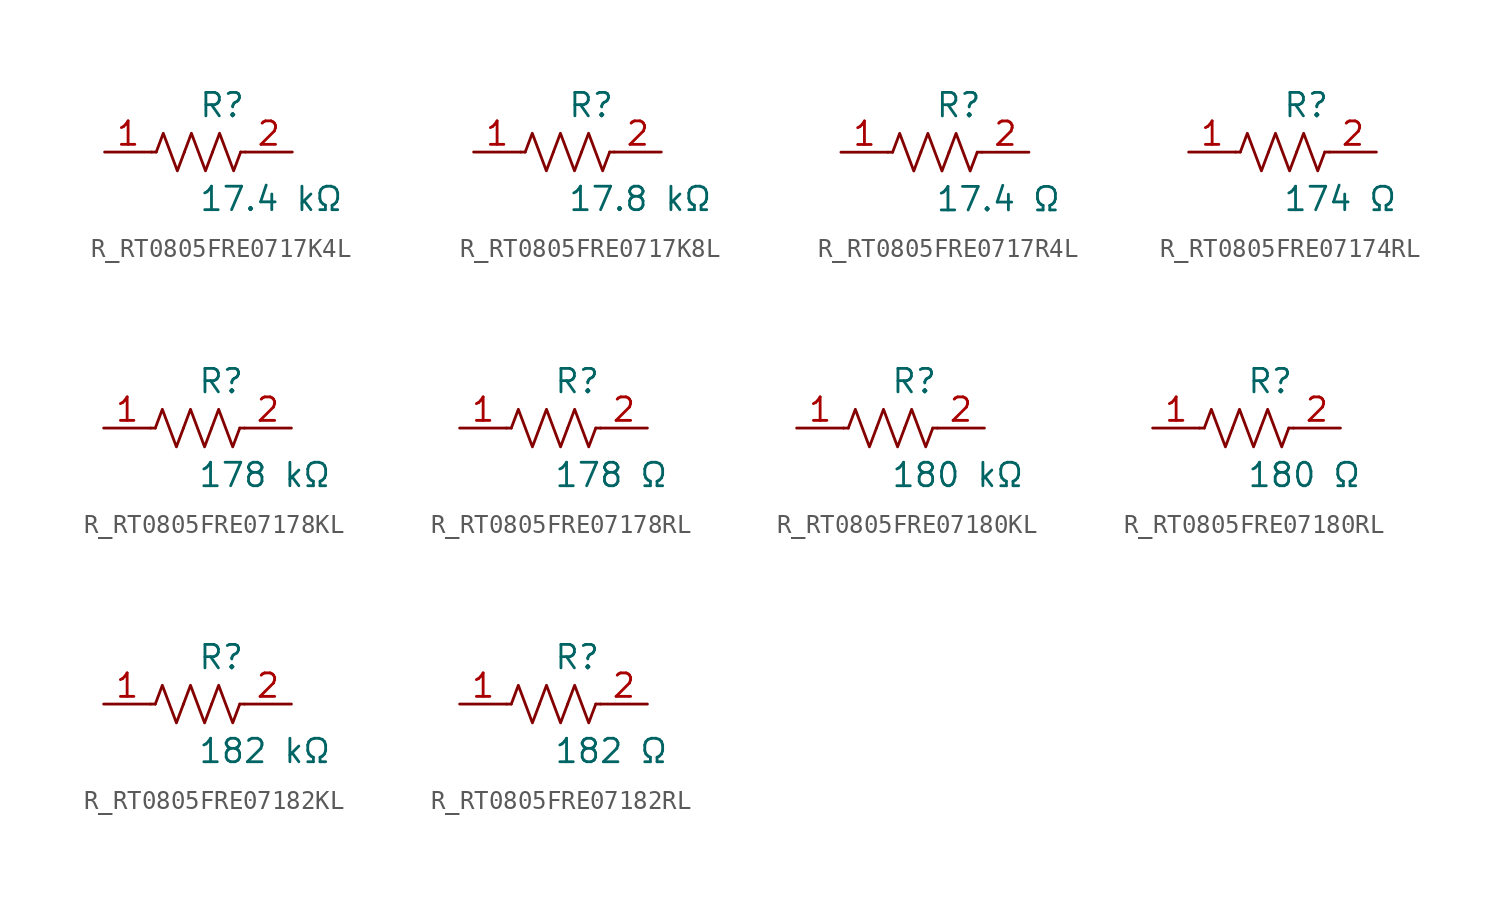
<source format=kicad_sym>
(kicad_symbol_lib
  (version 20231120)
  (generator kicad_symbol_editor)
  (generator_version 8.0)
  (symbol "R_RT0805FRE0717K4L"
    (pin_names
      (offset 0.254))
    (property "Reference" "R"
      (at 0 2.54 0)
      (effects (font (size 1.27 1.27)) (justify left)))
    (property "Value" "17.4 kΩ"
      (at 0 -2.54 0)
      (effects (font (size 1.27 1.27)) (justify left)))
    (symbol "R_RT0805FRE0717K4L_0_1"
      (polyline (pts (xy 2.286 0) (xy 2.54 0)) (stroke (width 0) (type default)) (fill (type none)))
      (polyline (pts (xy -2.286 0) (xy -2.54 0)) (stroke (width 0) (type default)) (fill (type none)))
      (polyline (pts (xy 0.762 0) (xy 1.143 1.016) (xy 1.524 0) (xy 1.905 -1.016) (xy 2.286 0)) (stroke (width 0) (type default)) (fill (type none)))
      (polyline (pts (xy -0.762 0) (xy -0.381 1.016) (xy 0 0) (xy 0.381 -1.016) (xy 0.762 0)) (stroke (width 0) (type default)) (fill (type none)))
      (polyline (pts (xy -2.286 0) (xy -1.905 1.016) (xy -1.524 0) (xy -1.143 -1.016) (xy -0.762 0)) (stroke (width 0) (type default)) (fill (type none))))
    (pin passive line
      (at -5.08 0 0)
      (length 2.54)
      (name "" (effects (font (size 1.27 1.27))))
      (number "1" (effects (font (size 1.27 1.27)))))
    (pin passive line
      (at 5.08 0 180)
      (length 2.54)
      (name "" (effects (font (size 1.27 1.27))))
      (number "2" (effects (font (size 1.27 1.27))))))
  (symbol "R_RT0805FRE0717K8L"
    (pin_names
      (offset 0.254))
    (property "Reference" "R"
      (at 0 2.54 0)
      (effects (font (size 1.27 1.27)) (justify left)))
    (property "Value" "17.8 kΩ"
      (at 0 -2.54 0)
      (effects (font (size 1.27 1.27)) (justify left)))
    (symbol "R_RT0805FRE0717K8L_0_1"
      (polyline (pts (xy 2.286 0) (xy 2.54 0)) (stroke (width 0) (type default)) (fill (type none)))
      (polyline (pts (xy -2.286 0) (xy -2.54 0)) (stroke (width 0) (type default)) (fill (type none)))
      (polyline (pts (xy 0.762 0) (xy 1.143 1.016) (xy 1.524 0) (xy 1.905 -1.016) (xy 2.286 0)) (stroke (width 0) (type default)) (fill (type none)))
      (polyline (pts (xy -0.762 0) (xy -0.381 1.016) (xy 0 0) (xy 0.381 -1.016) (xy 0.762 0)) (stroke (width 0) (type default)) (fill (type none)))
      (polyline (pts (xy -2.286 0) (xy -1.905 1.016) (xy -1.524 0) (xy -1.143 -1.016) (xy -0.762 0)) (stroke (width 0) (type default)) (fill (type none))))
    (pin passive line
      (at -5.08 0 0)
      (length 2.54)
      (name "" (effects (font (size 1.27 1.27))))
      (number "1" (effects (font (size 1.27 1.27)))))
    (pin passive line
      (at 5.08 0 180)
      (length 2.54)
      (name "" (effects (font (size 1.27 1.27))))
      (number "2" (effects (font (size 1.27 1.27))))))
  (symbol "R_RT0805FRE0717R4L"
    (pin_names
      (offset 0.254))
    (property "Reference" "R"
      (at 0 2.54 0)
      (effects (font (size 1.27 1.27)) (justify left)))
    (property "Value" "17.4 Ω"
      (at 0 -2.54 0)
      (effects (font (size 1.27 1.27)) (justify left)))
    (symbol "R_RT0805FRE0717R4L_0_1"
      (polyline (pts (xy 2.286 0) (xy 2.54 0)) (stroke (width 0) (type default)) (fill (type none)))
      (polyline (pts (xy -2.286 0) (xy -2.54 0)) (stroke (width 0) (type default)) (fill (type none)))
      (polyline (pts (xy 0.762 0) (xy 1.143 1.016) (xy 1.524 0) (xy 1.905 -1.016) (xy 2.286 0)) (stroke (width 0) (type default)) (fill (type none)))
      (polyline (pts (xy -0.762 0) (xy -0.381 1.016) (xy 0 0) (xy 0.381 -1.016) (xy 0.762 0)) (stroke (width 0) (type default)) (fill (type none)))
      (polyline (pts (xy -2.286 0) (xy -1.905 1.016) (xy -1.524 0) (xy -1.143 -1.016) (xy -0.762 0)) (stroke (width 0) (type default)) (fill (type none))))
    (pin passive line
      (at -5.08 0 0)
      (length 2.54)
      (name "" (effects (font (size 1.27 1.27))))
      (number "1" (effects (font (size 1.27 1.27)))))
    (pin passive line
      (at 5.08 0 180)
      (length 2.54)
      (name "" (effects (font (size 1.27 1.27))))
      (number "2" (effects (font (size 1.27 1.27))))))
  (symbol "R_RT0805FRE07174RL"
    (pin_names
      (offset 0.254))
    (property "Reference" "R"
      (at 0 2.54 0)
      (effects (font (size 1.27 1.27)) (justify left)))
    (property "Value" "174 Ω"
      (at 0 -2.54 0)
      (effects (font (size 1.27 1.27)) (justify left)))
    (symbol "R_RT0805FRE07174RL_0_1"
      (polyline (pts (xy 2.286 0) (xy 2.54 0)) (stroke (width 0) (type default)) (fill (type none)))
      (polyline (pts (xy -2.286 0) (xy -2.54 0)) (stroke (width 0) (type default)) (fill (type none)))
      (polyline (pts (xy 0.762 0) (xy 1.143 1.016) (xy 1.524 0) (xy 1.905 -1.016) (xy 2.286 0)) (stroke (width 0) (type default)) (fill (type none)))
      (polyline (pts (xy -0.762 0) (xy -0.381 1.016) (xy 0 0) (xy 0.381 -1.016) (xy 0.762 0)) (stroke (width 0) (type default)) (fill (type none)))
      (polyline (pts (xy -2.286 0) (xy -1.905 1.016) (xy -1.524 0) (xy -1.143 -1.016) (xy -0.762 0)) (stroke (width 0) (type default)) (fill (type none))))
    (pin passive line
      (at -5.08 0 0)
      (length 2.54)
      (name "" (effects (font (size 1.27 1.27))))
      (number "1" (effects (font (size 1.27 1.27)))))
    (pin passive line
      (at 5.08 0 180)
      (length 2.54)
      (name "" (effects (font (size 1.27 1.27))))
      (number "2" (effects (font (size 1.27 1.27))))))
  (symbol "R_RT0805FRE07178KL"
    (pin_names
      (offset 0.254))
    (property "Reference" "R"
      (at 0 2.54 0)
      (effects (font (size 1.27 1.27)) (justify left)))
    (property "Value" "178 kΩ"
      (at 0 -2.54 0)
      (effects (font (size 1.27 1.27)) (justify left)))
    (symbol "R_RT0805FRE07178KL_0_1"
      (polyline (pts (xy 2.286 0) (xy 2.54 0)) (stroke (width 0) (type default)) (fill (type none)))
      (polyline (pts (xy -2.286 0) (xy -2.54 0)) (stroke (width 0) (type default)) (fill (type none)))
      (polyline (pts (xy 0.762 0) (xy 1.143 1.016) (xy 1.524 0) (xy 1.905 -1.016) (xy 2.286 0)) (stroke (width 0) (type default)) (fill (type none)))
      (polyline (pts (xy -0.762 0) (xy -0.381 1.016) (xy 0 0) (xy 0.381 -1.016) (xy 0.762 0)) (stroke (width 0) (type default)) (fill (type none)))
      (polyline (pts (xy -2.286 0) (xy -1.905 1.016) (xy -1.524 0) (xy -1.143 -1.016) (xy -0.762 0)) (stroke (width 0) (type default)) (fill (type none))))
    (pin passive line
      (at -5.08 0 0)
      (length 2.54)
      (name "" (effects (font (size 1.27 1.27))))
      (number "1" (effects (font (size 1.27 1.27)))))
    (pin passive line
      (at 5.08 0 180)
      (length 2.54)
      (name "" (effects (font (size 1.27 1.27))))
      (number "2" (effects (font (size 1.27 1.27))))))
  (symbol "R_RT0805FRE07178RL"
    (pin_names
      (offset 0.254))
    (property "Reference" "R"
      (at 0 2.54 0)
      (effects (font (size 1.27 1.27)) (justify left)))
    (property "Value" "178 Ω"
      (at 0 -2.54 0)
      (effects (font (size 1.27 1.27)) (justify left)))
    (symbol "R_RT0805FRE07178RL_0_1"
      (polyline (pts (xy 2.286 0) (xy 2.54 0)) (stroke (width 0) (type default)) (fill (type none)))
      (polyline (pts (xy -2.286 0) (xy -2.54 0)) (stroke (width 0) (type default)) (fill (type none)))
      (polyline (pts (xy 0.762 0) (xy 1.143 1.016) (xy 1.524 0) (xy 1.905 -1.016) (xy 2.286 0)) (stroke (width 0) (type default)) (fill (type none)))
      (polyline (pts (xy -0.762 0) (xy -0.381 1.016) (xy 0 0) (xy 0.381 -1.016) (xy 0.762 0)) (stroke (width 0) (type default)) (fill (type none)))
      (polyline (pts (xy -2.286 0) (xy -1.905 1.016) (xy -1.524 0) (xy -1.143 -1.016) (xy -0.762 0)) (stroke (width 0) (type default)) (fill (type none))))
    (pin passive line
      (at -5.08 0 0)
      (length 2.54)
      (name "" (effects (font (size 1.27 1.27))))
      (number "1" (effects (font (size 1.27 1.27)))))
    (pin passive line
      (at 5.08 0 180)
      (length 2.54)
      (name "" (effects (font (size 1.27 1.27))))
      (number "2" (effects (font (size 1.27 1.27))))))
  (symbol "R_RT0805FRE07180KL"
    (pin_names
      (offset 0.254))
    (property "Reference" "R"
      (at 0 2.54 0)
      (effects (font (size 1.27 1.27)) (justify left)))
    (property "Value" "180 kΩ"
      (at 0 -2.54 0)
      (effects (font (size 1.27 1.27)) (justify left)))
    (symbol "R_RT0805FRE07180KL_0_1"
      (polyline (pts (xy 2.286 0) (xy 2.54 0)) (stroke (width 0) (type default)) (fill (type none)))
      (polyline (pts (xy -2.286 0) (xy -2.54 0)) (stroke (width 0) (type default)) (fill (type none)))
      (polyline (pts (xy 0.762 0) (xy 1.143 1.016) (xy 1.524 0) (xy 1.905 -1.016) (xy 2.286 0)) (stroke (width 0) (type default)) (fill (type none)))
      (polyline (pts (xy -0.762 0) (xy -0.381 1.016) (xy 0 0) (xy 0.381 -1.016) (xy 0.762 0)) (stroke (width 0) (type default)) (fill (type none)))
      (polyline (pts (xy -2.286 0) (xy -1.905 1.016) (xy -1.524 0) (xy -1.143 -1.016) (xy -0.762 0)) (stroke (width 0) (type default)) (fill (type none))))
    (pin passive line
      (at -5.08 0 0)
      (length 2.54)
      (name "" (effects (font (size 1.27 1.27))))
      (number "1" (effects (font (size 1.27 1.27)))))
    (pin passive line
      (at 5.08 0 180)
      (length 2.54)
      (name "" (effects (font (size 1.27 1.27))))
      (number "2" (effects (font (size 1.27 1.27))))))
  (symbol "R_RT0805FRE07180RL"
    (pin_names
      (offset 0.254))
    (property "Reference" "R"
      (at 0 2.54 0)
      (effects (font (size 1.27 1.27)) (justify left)))
    (property "Value" "180 Ω"
      (at 0 -2.54 0)
      (effects (font (size 1.27 1.27)) (justify left)))
    (symbol "R_RT0805FRE07180RL_0_1"
      (polyline (pts (xy 2.286 0) (xy 2.54 0)) (stroke (width 0) (type default)) (fill (type none)))
      (polyline (pts (xy -2.286 0) (xy -2.54 0)) (stroke (width 0) (type default)) (fill (type none)))
      (polyline (pts (xy 0.762 0) (xy 1.143 1.016) (xy 1.524 0) (xy 1.905 -1.016) (xy 2.286 0)) (stroke (width 0) (type default)) (fill (type none)))
      (polyline (pts (xy -0.762 0) (xy -0.381 1.016) (xy 0 0) (xy 0.381 -1.016) (xy 0.762 0)) (stroke (width 0) (type default)) (fill (type none)))
      (polyline (pts (xy -2.286 0) (xy -1.905 1.016) (xy -1.524 0) (xy -1.143 -1.016) (xy -0.762 0)) (stroke (width 0) (type default)) (fill (type none))))
    (pin passive line
      (at -5.08 0 0)
      (length 2.54)
      (name "" (effects (font (size 1.27 1.27))))
      (number "1" (effects (font (size 1.27 1.27)))))
    (pin passive line
      (at 5.08 0 180)
      (length 2.54)
      (name "" (effects (font (size 1.27 1.27))))
      (number "2" (effects (font (size 1.27 1.27))))))
  (symbol "R_RT0805FRE07182KL"
    (pin_names
      (offset 0.254))
    (property "Reference" "R"
      (at 0 2.54 0)
      (effects (font (size 1.27 1.27)) (justify left)))
    (property "Value" "182 kΩ"
      (at 0 -2.54 0)
      (effects (font (size 1.27 1.27)) (justify left)))
    (symbol "R_RT0805FRE07182KL_0_1"
      (polyline (pts (xy 2.286 0) (xy 2.54 0)) (stroke (width 0) (type default)) (fill (type none)))
      (polyline (pts (xy -2.286 0) (xy -2.54 0)) (stroke (width 0) (type default)) (fill (type none)))
      (polyline (pts (xy 0.762 0) (xy 1.143 1.016) (xy 1.524 0) (xy 1.905 -1.016) (xy 2.286 0)) (stroke (width 0) (type default)) (fill (type none)))
      (polyline (pts (xy -0.762 0) (xy -0.381 1.016) (xy 0 0) (xy 0.381 -1.016) (xy 0.762 0)) (stroke (width 0) (type default)) (fill (type none)))
      (polyline (pts (xy -2.286 0) (xy -1.905 1.016) (xy -1.524 0) (xy -1.143 -1.016) (xy -0.762 0)) (stroke (width 0) (type default)) (fill (type none))))
    (pin passive line
      (at -5.08 0 0)
      (length 2.54)
      (name "" (effects (font (size 1.27 1.27))))
      (number "1" (effects (font (size 1.27 1.27)))))
    (pin passive line
      (at 5.08 0 180)
      (length 2.54)
      (name "" (effects (font (size 1.27 1.27))))
      (number "2" (effects (font (size 1.27 1.27))))))
  (symbol "R_RT0805FRE07182RL"
    (pin_names
      (offset 0.254))
    (property "Reference" "R"
      (at 0 2.54 0)
      (effects (font (size 1.27 1.27)) (justify left)))
    (property "Value" "182 Ω"
      (at 0 -2.54 0)
      (effects (font (size 1.27 1.27)) (justify left)))
    (symbol "R_RT0805FRE07182RL_0_1"
      (polyline (pts (xy 2.286 0) (xy 2.54 0)) (stroke (width 0) (type default)) (fill (type none)))
      (polyline (pts (xy -2.286 0) (xy -2.54 0)) (stroke (width 0) (type default)) (fill (type none)))
      (polyline (pts (xy 0.762 0) (xy 1.143 1.016) (xy 1.524 0) (xy 1.905 -1.016) (xy 2.286 0)) (stroke (width 0) (type default)) (fill (type none)))
      (polyline (pts (xy -0.762 0) (xy -0.381 1.016) (xy 0 0) (xy 0.381 -1.016) (xy 0.762 0)) (stroke (width 0) (type default)) (fill (type none)))
      (polyline (pts (xy -2.286 0) (xy -1.905 1.016) (xy -1.524 0) (xy -1.143 -1.016) (xy -0.762 0)) (stroke (width 0) (type default)) (fill (type none))))
    (pin passive line
      (at -5.08 0 0)
      (length 2.54)
      (name "" (effects (font (size 1.27 1.27))))
      (number "1" (effects (font (size 1.27 1.27)))))
    (pin passive line
      (at 5.08 0 180)
      (length 2.54)
      (name "" (effects (font (size 1.27 1.27))))
      (number "2" (effects (font (size 1.27 1.27)))))))
</source>
